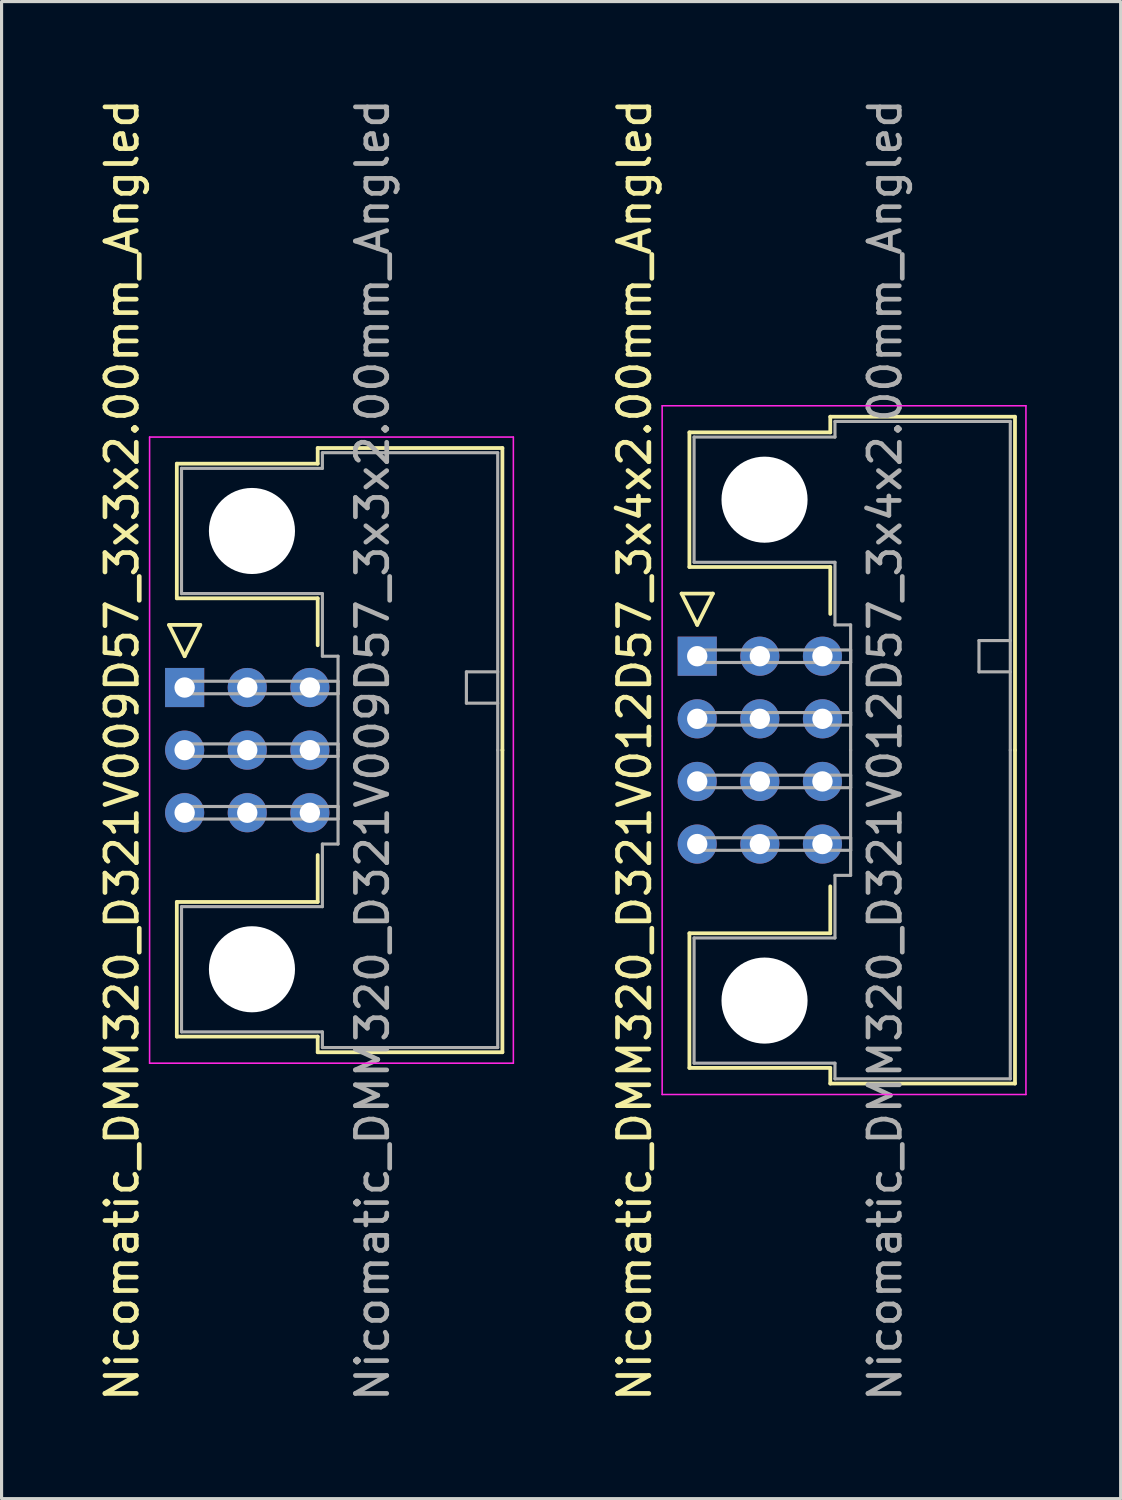
<source format=kicad_pcb>
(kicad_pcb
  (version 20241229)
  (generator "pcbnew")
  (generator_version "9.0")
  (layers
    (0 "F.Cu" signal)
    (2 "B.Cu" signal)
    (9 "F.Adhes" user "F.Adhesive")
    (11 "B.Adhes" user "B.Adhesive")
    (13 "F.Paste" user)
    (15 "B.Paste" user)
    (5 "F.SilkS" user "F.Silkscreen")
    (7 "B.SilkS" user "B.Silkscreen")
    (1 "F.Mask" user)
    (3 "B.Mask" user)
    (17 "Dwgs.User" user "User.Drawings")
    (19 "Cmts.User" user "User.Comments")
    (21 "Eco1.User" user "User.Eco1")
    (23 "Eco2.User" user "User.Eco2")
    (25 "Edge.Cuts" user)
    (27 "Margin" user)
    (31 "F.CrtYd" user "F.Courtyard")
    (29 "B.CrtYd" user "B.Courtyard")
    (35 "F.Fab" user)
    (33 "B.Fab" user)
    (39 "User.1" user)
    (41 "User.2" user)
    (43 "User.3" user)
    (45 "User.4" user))
  (footprint "Nicomatic_DMM320_D321V009D57_3x3x2.00mm_Angled"
    (layer "F.Cu")
    (at 2.848 18.911)
    (property "Reference" "Nicomatic_DMM320_D321V009D57_3x3x2.00mm_Angled" (at -2 2 90) (layer "F.SilkS") (effects (font (size 1 1) (thickness 0.15))))
    (attr through_hole)
    (fp_line (start -0.5 -2) (end 0 -1) (stroke (width 0.12) (type solid)) (layer "F.SilkS"))
    (fp_line (start -0.25 -7.15) (end -0.25 -2.85) (stroke (width 0.12) (type solid)) (layer "F.SilkS"))
    (fp_line (start -0.25 -2.85) (end 4.25 -2.85) (stroke (width 0.12) (type solid)) (layer "F.SilkS"))
    (fp_line (start -0.25 6.85) (end 4.25 6.85) (stroke (width 0.12) (type solid)) (layer "F.SilkS"))
    (fp_line (start -0.25 11.15) (end -0.25 6.85) (stroke (width 0.12) (type solid)) (layer "F.SilkS"))
    (fp_line (start 0 -1) (end 0.5 -2) (stroke (width 0.12) (type solid)) (layer "F.SilkS"))
    (fp_line (start 0.5 -2) (end -0.5 -2) (stroke (width 0.12) (type solid)) (layer "F.SilkS"))
    (fp_line (start 4.25 -7.65) (end 4.25 -7.15) (stroke (width 0.12) (type solid)) (layer "F.SilkS"))
    (fp_line (start 4.25 -7.15) (end -0.25 -7.15) (stroke (width 0.12) (type solid)) (layer "F.SilkS"))
    (fp_line (start 4.25 -2.85) (end 4.25 -1.35) (stroke (width 0.12) (type solid)) (layer "F.SilkS"))
    (fp_line (start 4.25 6.85) (end 4.25 5.35) (stroke (width 0.12) (type solid)) (layer "F.SilkS"))
    (fp_line (start 4.25 11.15) (end -0.25 11.15) (stroke (width 0.12) (type solid)) (layer "F.SilkS"))
    (fp_line (start 4.25 11.65) (end 4.25 11.15) (stroke (width 0.12) (type solid)) (layer "F.SilkS"))
    (fp_line (start 10.15 -7.65) (end 4.25 -7.65) (stroke (width 0.12) (type solid)) (layer "F.SilkS"))
    (fp_line (start 10.15 2) (end 10.15 -7.65) (stroke (width 0.12) (type solid)) (layer "F.SilkS"))
    (fp_line (start 10.15 2) (end 10.15 11.65) (stroke (width 0.12) (type solid)) (layer "F.SilkS"))
    (fp_line (start 10.15 11.65) (end 4.25 11.65) (stroke (width 0.12) (type solid)) (layer "F.SilkS"))
    (fp_line (start -1.12 -8) (end -1.12 12) (stroke (width 0.05) (type solid)) (layer "F.CrtYd"))
    (fp_line (start -1.12 12) (end 10.5 12) (stroke (width 0.05) (type solid)) (layer "F.CrtYd"))
    (fp_line (start 10.5 -8) (end -1.12 -8) (stroke (width 0.05) (type solid)) (layer "F.CrtYd"))
    (fp_line (start 10.5 12) (end 10.5 -8) (stroke (width 0.05) (type solid)) (layer "F.CrtYd"))
    (fp_line (start -0.1 -7) (end -0.1 -3) (stroke (width 0.1) (type solid)) (layer "F.Fab"))
    (fp_line (start -0.1 -3) (end 4.4 -3) (stroke (width 0.1) (type solid)) (layer "F.Fab"))
    (fp_line (start -0.1 7) (end 4.4 7) (stroke (width 0.1) (type solid)) (layer "F.Fab"))
    (fp_line (start -0.1 11) (end -0.1 7) (stroke (width 0.1) (type solid)) (layer "F.Fab"))
    (fp_line (start 0 -0.2) (end 0 0.2) (stroke (width 0.1) (type solid)) (layer "F.Fab"))
    (fp_line (start 0 0.2) (end 4.9 0.2) (stroke (width 0.1) (type solid)) (layer "F.Fab"))
    (fp_line (start 0 1.8) (end 0 2.2) (stroke (width 0.1) (type solid)) (layer "F.Fab"))
    (fp_line (start 0 2.2) (end 4.9 2.2) (stroke (width 0.1) (type solid)) (layer "F.Fab"))
    (fp_line (start 0 3.8) (end 0 4.2) (stroke (width 0.1) (type solid)) (layer "F.Fab"))
    (fp_line (start 0 4.2) (end 4.9 4.2) (stroke (width 0.1) (type solid)) (layer "F.Fab"))
    (fp_line (start 4.4 -7.5) (end 4.4 -7) (stroke (width 0.1) (type solid)) (layer "F.Fab"))
    (fp_line (start 4.4 -7) (end -0.1 -7) (stroke (width 0.1) (type solid)) (layer "F.Fab"))
    (fp_line (start 4.4 -3) (end 4.4 -1) (stroke (width 0.1) (type solid)) (layer "F.Fab"))
    (fp_line (start 4.4 -1) (end 4.9 -1) (stroke (width 0.1) (type solid)) (layer "F.Fab"))
    (fp_line (start 4.4 5) (end 4.9 5) (stroke (width 0.1) (type solid)) (layer "F.Fab"))
    (fp_line (start 4.4 7) (end 4.4 5) (stroke (width 0.1) (type solid)) (layer "F.Fab"))
    (fp_line (start 4.4 11) (end -0.1 11) (stroke (width 0.1) (type solid)) (layer "F.Fab"))
    (fp_line (start 4.4 11.5) (end 4.4 11) (stroke (width 0.1) (type solid)) (layer "F.Fab"))
    (fp_line (start 4.9 -1) (end 4.9 2) (stroke (width 0.1) (type solid)) (layer "F.Fab"))
    (fp_line (start 4.9 -0.2) (end 0 -0.2) (stroke (width 0.1) (type solid)) (layer "F.Fab"))
    (fp_line (start 4.9 0.2) (end 4.9 -0.2) (stroke (width 0.1) (type solid)) (layer "F.Fab"))
    (fp_line (start 4.9 1.8) (end 0 1.8) (stroke (width 0.1) (type solid)) (layer "F.Fab"))
    (fp_line (start 4.9 2.2) (end 4.9 1.8) (stroke (width 0.1) (type solid)) (layer "F.Fab"))
    (fp_line (start 4.9 3.8) (end 0 3.8) (stroke (width 0.1) (type solid)) (layer "F.Fab"))
    (fp_line (start 4.9 4.2) (end 4.9 3.8) (stroke (width 0.1) (type solid)) (layer "F.Fab"))
    (fp_line (start 4.9 5) (end 4.9 2) (stroke (width 0.1) (type solid)) (layer "F.Fab"))
    (fp_line (start 9 -0.5) (end 9 0.5) (stroke (width 0.1) (type solid)) (layer "F.Fab"))
    (fp_line (start 9 0.5) (end 10 0.5) (stroke (width 0.1) (type solid)) (layer "F.Fab"))
    (fp_line (start 10 -7.5) (end 4.4 -7.5) (stroke (width 0.1) (type solid)) (layer "F.Fab"))
    (fp_line (start 10 -0.5) (end 9 -0.5) (stroke (width 0.1) (type solid)) (layer "F.Fab"))
    (fp_line (start 10 2) (end 10 -7.5) (stroke (width 0.1) (type solid)) (layer "F.Fab"))
    (fp_line (start 10 2) (end 10 11.5) (stroke (width 0.1) (type solid)) (layer "F.Fab"))
    (fp_line (start 10 11.5) (end 4.4 11.5) (stroke (width 0.1) (type solid)) (layer "F.Fab"))
    (fp_text user "${REFERENCE}" (at 6 2 90) (layer "F.Fab") (effects (font (size 1 1) (thickness 0.15))))
    (pad "" np_thru_hole circle (at 2.15 -5) (size 2.75 2.75) (drill 2.75) (layers "*.Cu" "*.Mask"))
    (pad "" np_thru_hole circle (at 2.15 9) (size 2.75 2.75) (drill 2.75) (layers "*.Cu" "*.Mask"))
    (pad "1" thru_hole rect (at 0 0) (size 1.25 1.25) (drill 0.65) (layers "*.Cu" "*.Mask"))
    (pad "2" thru_hole oval (at 0 2) (size 1.25 1.25) (drill 0.65) (layers "*.Cu" "*.Mask"))
    (pad "3" thru_hole oval (at 0 4) (size 1.25 1.25) (drill 0.65) (layers "*.Cu" "*.Mask"))
    (pad "4" thru_hole oval (at 2 0) (size 1.25 1.25) (drill 0.65) (layers "*.Cu" "*.Mask"))
    (pad "5" thru_hole oval (at 2 2) (size 1.25 1.25) (drill 0.65) (layers "*.Cu" "*.Mask"))
    (pad "6" thru_hole oval (at 2 4) (size 1.25 1.25) (drill 0.65) (layers "*.Cu" "*.Mask"))
    (pad "7" thru_hole oval (at 4 0) (size 1.25 1.25) (drill 0.65) (layers "*.Cu" "*.Mask"))
    (pad "8" thru_hole oval (at 4 2) (size 1.25 1.25) (drill 0.65) (layers "*.Cu" "*.Mask"))
    (pad "9" thru_hole oval (at 4 4) (size 1.25 1.25) (drill 0.65) (layers "*.Cu" "*.Mask")))
  (footprint "Nicomatic_DMM320_D321V012D57_3x4x2.00mm_Angled"
    (layer "F.Cu")
    (at 19.221 17.911)
    (property "Reference" "Nicomatic_DMM320_D321V012D57_3x4x2.00mm_Angled" (at -2 3 90) (layer "F.SilkS") (effects (font (size 1 1) (thickness 0.15))))
    (attr through_hole)
    (fp_line (start -0.5 -2) (end 0 -1) (stroke (width 0.12) (type solid)) (layer "F.SilkS"))
    (fp_line (start -0.25 -7.15) (end -0.25 -2.85) (stroke (width 0.12) (type solid)) (layer "F.SilkS"))
    (fp_line (start -0.25 -2.85) (end 4.25 -2.85) (stroke (width 0.12) (type solid)) (layer "F.SilkS"))
    (fp_line (start -0.25 8.85) (end 4.25 8.85) (stroke (width 0.12) (type solid)) (layer "F.SilkS"))
    (fp_line (start -0.25 13.15) (end -0.25 8.85) (stroke (width 0.12) (type solid)) (layer "F.SilkS"))
    (fp_line (start 0 -1) (end 0.5 -2) (stroke (width 0.12) (type solid)) (layer "F.SilkS"))
    (fp_line (start 0.5 -2) (end -0.5 -2) (stroke (width 0.12) (type solid)) (layer "F.SilkS"))
    (fp_line (start 4.25 -7.65) (end 4.25 -7.15) (stroke (width 0.12) (type solid)) (layer "F.SilkS"))
    (fp_line (start 4.25 -7.15) (end -0.25 -7.15) (stroke (width 0.12) (type solid)) (layer "F.SilkS"))
    (fp_line (start 4.25 -2.85) (end 4.25 -1.35) (stroke (width 0.12) (type solid)) (layer "F.SilkS"))
    (fp_line (start 4.25 8.85) (end 4.25 7.35) (stroke (width 0.12) (type solid)) (layer "F.SilkS"))
    (fp_line (start 4.25 13.15) (end -0.25 13.15) (stroke (width 0.12) (type solid)) (layer "F.SilkS"))
    (fp_line (start 4.25 13.65) (end 4.25 13.15) (stroke (width 0.12) (type solid)) (layer "F.SilkS"))
    (fp_line (start 10.15 -7.65) (end 4.25 -7.65) (stroke (width 0.12) (type solid)) (layer "F.SilkS"))
    (fp_line (start 10.15 3) (end 10.15 -7.65) (stroke (width 0.12) (type solid)) (layer "F.SilkS"))
    (fp_line (start 10.15 3) (end 10.15 13.65) (stroke (width 0.12) (type solid)) (layer "F.SilkS"))
    (fp_line (start 10.15 13.65) (end 4.25 13.65) (stroke (width 0.12) (type solid)) (layer "F.SilkS"))
    (fp_line (start -1.12 -8) (end -1.12 14) (stroke (width 0.05) (type solid)) (layer "F.CrtYd"))
    (fp_line (start -1.12 14) (end 10.5 14) (stroke (width 0.05) (type solid)) (layer "F.CrtYd"))
    (fp_line (start 10.5 -8) (end -1.12 -8) (stroke (width 0.05) (type solid)) (layer "F.CrtYd"))
    (fp_line (start 10.5 14) (end 10.5 -8) (stroke (width 0.05) (type solid)) (layer "F.CrtYd"))
    (fp_line (start -0.1 -7) (end -0.1 -3) (stroke (width 0.1) (type solid)) (layer "F.Fab"))
    (fp_line (start -0.1 -3) (end 4.4 -3) (stroke (width 0.1) (type solid)) (layer "F.Fab"))
    (fp_line (start -0.1 9) (end 4.4 9) (stroke (width 0.1) (type solid)) (layer "F.Fab"))
    (fp_line (start -0.1 13) (end -0.1 9) (stroke (width 0.1) (type solid)) (layer "F.Fab"))
    (fp_line (start 0 -0.2) (end 0 0.2) (stroke (width 0.1) (type solid)) (layer "F.Fab"))
    (fp_line (start 0 0.2) (end 4.9 0.2) (stroke (width 0.1) (type solid)) (layer "F.Fab"))
    (fp_line (start 0 1.8) (end 0 2.2) (stroke (width 0.1) (type solid)) (layer "F.Fab"))
    (fp_line (start 0 2.2) (end 4.9 2.2) (stroke (width 0.1) (type solid)) (layer "F.Fab"))
    (fp_line (start 0 3.8) (end 0 4.2) (stroke (width 0.1) (type solid)) (layer "F.Fab"))
    (fp_line (start 0 4.2) (end 4.9 4.2) (stroke (width 0.1) (type solid)) (layer "F.Fab"))
    (fp_line (start 0 5.8) (end 0 6.2) (stroke (width 0.1) (type solid)) (layer "F.Fab"))
    (fp_line (start 0 6.2) (end 4.9 6.2) (stroke (width 0.1) (type solid)) (layer "F.Fab"))
    (fp_line (start 4.4 -7.5) (end 4.4 -7) (stroke (width 0.1) (type solid)) (layer "F.Fab"))
    (fp_line (start 4.4 -7) (end -0.1 -7) (stroke (width 0.1) (type solid)) (layer "F.Fab"))
    (fp_line (start 4.4 -3) (end 4.4 -1) (stroke (width 0.1) (type solid)) (layer "F.Fab"))
    (fp_line (start 4.4 -1) (end 4.9 -1) (stroke (width 0.1) (type solid)) (layer "F.Fab"))
    (fp_line (start 4.4 7) (end 4.9 7) (stroke (width 0.1) (type solid)) (layer "F.Fab"))
    (fp_line (start 4.4 9) (end 4.4 7) (stroke (width 0.1) (type solid)) (layer "F.Fab"))
    (fp_line (start 4.4 13) (end -0.1 13) (stroke (width 0.1) (type solid)) (layer "F.Fab"))
    (fp_line (start 4.4 13.5) (end 4.4 13) (stroke (width 0.1) (type solid)) (layer "F.Fab"))
    (fp_line (start 4.9 -1) (end 4.9 3) (stroke (width 0.1) (type solid)) (layer "F.Fab"))
    (fp_line (start 4.9 -0.2) (end 0 -0.2) (stroke (width 0.1) (type solid)) (layer "F.Fab"))
    (fp_line (start 4.9 0.2) (end 4.9 -0.2) (stroke (width 0.1) (type solid)) (layer "F.Fab"))
    (fp_line (start 4.9 1.8) (end 0 1.8) (stroke (width 0.1) (type solid)) (layer "F.Fab"))
    (fp_line (start 4.9 2.2) (end 4.9 1.8) (stroke (width 0.1) (type solid)) (layer "F.Fab"))
    (fp_line (start 4.9 3.8) (end 0 3.8) (stroke (width 0.1) (type solid)) (layer "F.Fab"))
    (fp_line (start 4.9 4.2) (end 4.9 3.8) (stroke (width 0.1) (type solid)) (layer "F.Fab"))
    (fp_line (start 4.9 5.8) (end 0 5.8) (stroke (width 0.1) (type solid)) (layer "F.Fab"))
    (fp_line (start 4.9 6.2) (end 4.9 5.8) (stroke (width 0.1) (type solid)) (layer "F.Fab"))
    (fp_line (start 4.9 7) (end 4.9 3) (stroke (width 0.1) (type solid)) (layer "F.Fab"))
    (fp_line (start 9 -0.5) (end 9 0.5) (stroke (width 0.1) (type solid)) (layer "F.Fab"))
    (fp_line (start 9 0.5) (end 10 0.5) (stroke (width 0.1) (type solid)) (layer "F.Fab"))
    (fp_line (start 10 -7.5) (end 4.4 -7.5) (stroke (width 0.1) (type solid)) (layer "F.Fab"))
    (fp_line (start 10 -0.5) (end 9 -0.5) (stroke (width 0.1) (type solid)) (layer "F.Fab"))
    (fp_line (start 10 3) (end 10 -7.5) (stroke (width 0.1) (type solid)) (layer "F.Fab"))
    (fp_line (start 10 3) (end 10 13.5) (stroke (width 0.1) (type solid)) (layer "F.Fab"))
    (fp_line (start 10 13.5) (end 4.4 13.5) (stroke (width 0.1) (type solid)) (layer "F.Fab"))
    (fp_text user "${REFERENCE}" (at 6 3 90) (layer "F.Fab") (effects (font (size 1 1) (thickness 0.15))))
    (pad "" np_thru_hole circle (at 2.15 -5) (size 2.75 2.75) (drill 2.75) (layers "*.Cu" "*.Mask"))
    (pad "" np_thru_hole circle (at 2.15 11) (size 2.75 2.75) (drill 2.75) (layers "*.Cu" "*.Mask"))
    (pad "1" thru_hole rect (at 0 0) (size 1.25 1.25) (drill 0.65) (layers "*.Cu" "*.Mask"))
    (pad "2" thru_hole oval (at 0 2) (size 1.25 1.25) (drill 0.65) (layers "*.Cu" "*.Mask"))
    (pad "3" thru_hole oval (at 0 4) (size 1.25 1.25) (drill 0.65) (layers "*.Cu" "*.Mask"))
    (pad "4" thru_hole oval (at 0 6) (size 1.25 1.25) (drill 0.65) (layers "*.Cu" "*.Mask"))
    (pad "5" thru_hole oval (at 2 0) (size 1.25 1.25) (drill 0.65) (layers "*.Cu" "*.Mask"))
    (pad "6" thru_hole oval (at 2 2) (size 1.25 1.25) (drill 0.65) (layers "*.Cu" "*.Mask"))
    (pad "7" thru_hole oval (at 2 4) (size 1.25 1.25) (drill 0.65) (layers "*.Cu" "*.Mask"))
    (pad "8" thru_hole oval (at 2 6) (size 1.25 1.25) (drill 0.65) (layers "*.Cu" "*.Mask"))
    (pad "9" thru_hole oval (at 4 0) (size 1.25 1.25) (drill 0.65) (layers "*.Cu" "*.Mask"))
    (pad "10" thru_hole oval (at 4 2) (size 1.25 1.25) (drill 0.65) (layers "*.Cu" "*.Mask"))
    (pad "11" thru_hole oval (at 4 4) (size 1.25 1.25) (drill 0.65) (layers "*.Cu" "*.Mask"))
    (pad "12" thru_hole oval (at 4 6) (size 1.25 1.25) (drill 0.65) (layers "*.Cu" "*.Mask")))
  (gr_rect
    (start -3 -3)
    (end 32.746 44.821)
    (stroke (width 0.1) (type default))
    (fill no)
    (layer "Edge.Cuts")))
</source>
